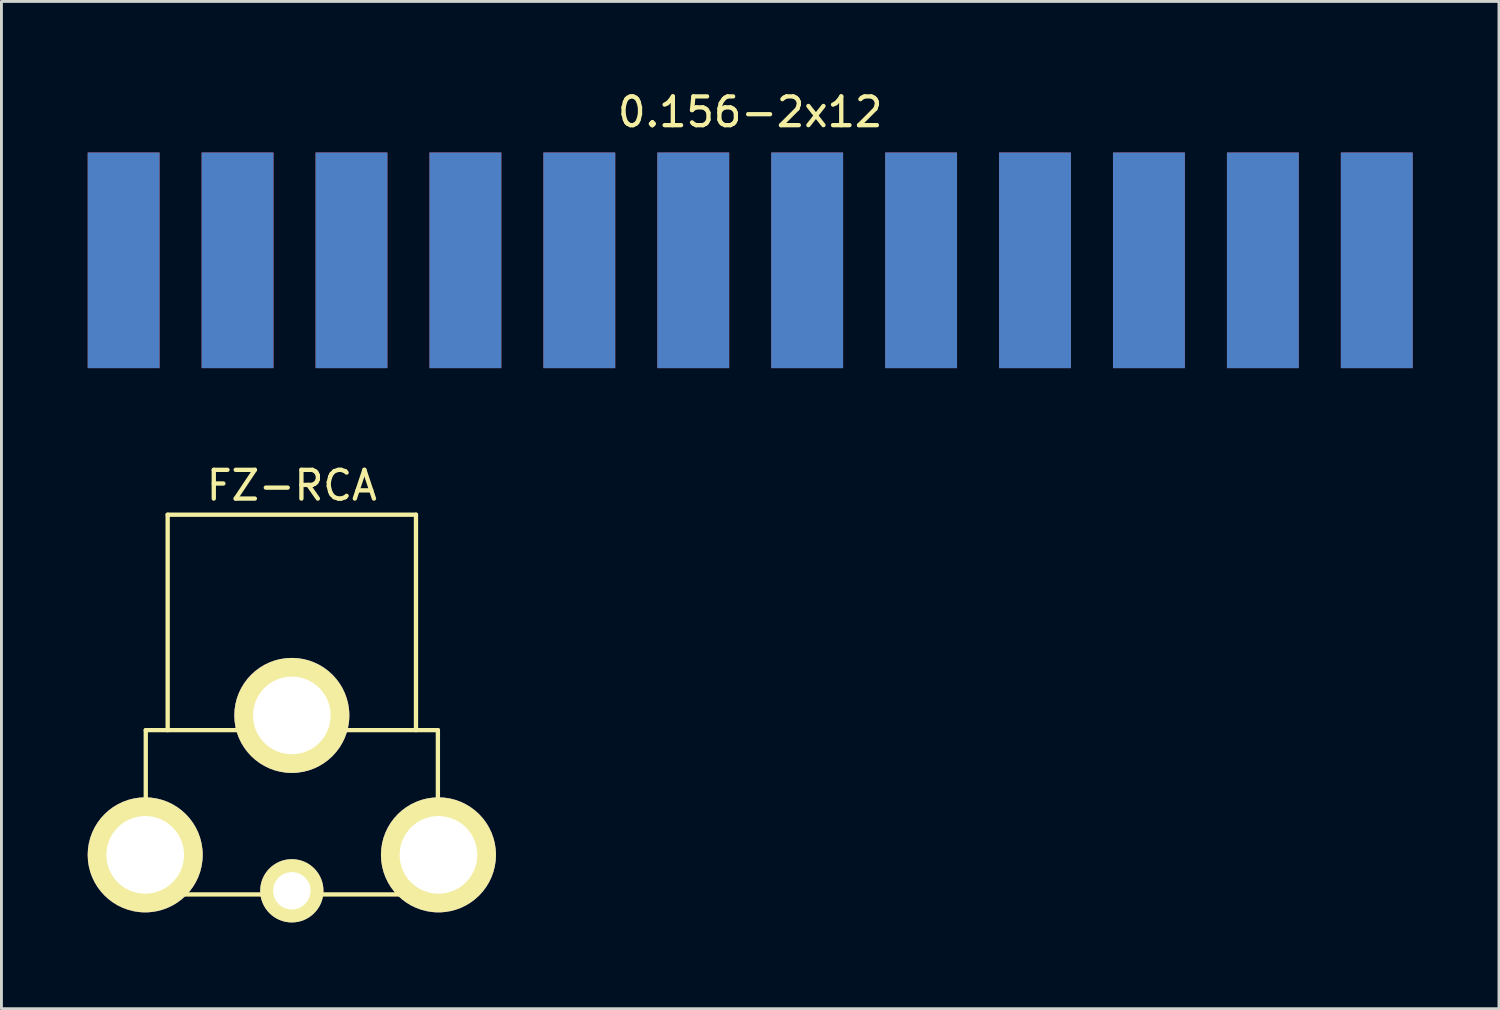
<source format=kicad_pcb>
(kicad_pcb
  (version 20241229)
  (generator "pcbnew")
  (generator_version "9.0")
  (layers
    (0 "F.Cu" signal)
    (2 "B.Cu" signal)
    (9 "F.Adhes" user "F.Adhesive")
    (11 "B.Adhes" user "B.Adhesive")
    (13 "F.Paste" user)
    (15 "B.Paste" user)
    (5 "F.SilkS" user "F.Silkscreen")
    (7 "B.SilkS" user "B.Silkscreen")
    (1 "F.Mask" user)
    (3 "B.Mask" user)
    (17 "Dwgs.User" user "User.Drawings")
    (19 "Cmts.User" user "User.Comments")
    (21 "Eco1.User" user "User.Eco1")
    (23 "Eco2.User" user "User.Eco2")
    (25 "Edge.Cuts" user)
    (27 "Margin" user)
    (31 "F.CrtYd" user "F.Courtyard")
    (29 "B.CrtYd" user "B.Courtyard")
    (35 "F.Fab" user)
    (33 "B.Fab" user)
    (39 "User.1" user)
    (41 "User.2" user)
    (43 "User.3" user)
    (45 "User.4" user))
  (footprint "FZ-RCA"
    (layer "F.Cu")
    (at 7.1 27.933)
    (property "Reference" "FZ-RCA" (at 0 -14.097 0) (layer "F.SilkS") (effects (font (size 1 1) (thickness 0.15))))
    (attr through_hole)
    (fp_line (start -5.08 -5.588) (end 5.08 -5.588) (stroke (width 0.15) (type solid)) (layer "F.SilkS"))
    (fp_line (start -5.08 0.127) (end -5.08 -5.588) (stroke (width 0.15) (type solid)) (layer "F.SilkS"))
    (fp_line (start -5.08 0.127) (end 5.08 0.127) (stroke (width 0.15) (type solid)) (layer "F.SilkS"))
    (fp_line (start -4.318 -13.081) (end -4.318 -5.588) (stroke (width 0.15) (type solid)) (layer "F.SilkS"))
    (fp_line (start 4.318 -13.081) (end -4.318 -13.081) (stroke (width 0.15) (type solid)) (layer "F.SilkS"))
    (fp_line (start 4.318 -5.588) (end 4.318 -13.081) (stroke (width 0.15) (type solid)) (layer "F.SilkS"))
    (fp_line (start 5.08 0.127) (end 5.08 -5.588) (stroke (width 0.15) (type solid)) (layer "F.SilkS"))
    (pad "1" thru_hole circle (at 0 0) (size 2.2 2.2) (drill 1.3) (layers "*.Cu" "*.Mask" "F.SilkS"))
    (pad "2" thru_hole circle (at 0 -6.1) (size 4 4) (drill 2.7) (layers "*.Cu" "*.Mask" "F.SilkS"))
    (pad "3" thru_hole circle (at 5.1 -1.25) (size 4 4) (drill 2.7) (layers "*.Cu" "*.Mask" "F.SilkS"))
    (pad "4" thru_hole circle (at -5.1 -1.25) (size 4 4) (drill 2.7) (layers "*.Cu" "*.Mask" "F.SilkS")))
  (footprint "0.156-2x12"
    (layer "F.Cu")
    (at 23.043 9.738)
    (property "Reference" "0.156-2x12" (at 0 -8.89 0) (layer "F.SilkS") (effects (font (size 1 1) (thickness 0.15))))
    (attr through_hole)
    (pad "1" smd rect (at -21.793 -3.734) (size 2.5 7.5) (layers "F.Cu" "F.Mask" "F.Paste"))
    (pad "2" smd rect (at -17.831 -3.734) (size 2.5 7.5) (layers "F.Cu" "F.Mask" "F.Paste"))
    (pad "3" smd rect (at -13.868 -3.734) (size 2.5 7.5) (layers "F.Cu" "F.Mask" "F.Paste"))
    (pad "4" smd rect (at -9.906 -3.734) (size 2.5 7.5) (layers "F.Cu" "F.Mask" "F.Paste"))
    (pad "5" smd rect (at -5.944 -3.734) (size 2.5 7.5) (layers "F.Cu" "F.Mask" "F.Paste"))
    (pad "6" smd rect (at -1.981 -3.734) (size 2.5 7.5) (layers "F.Cu" "F.Mask" "F.Paste"))
    (pad "7" smd rect (at 1.981 -3.734) (size 2.5 7.5) (layers "F.Cu" "F.Mask" "F.Paste"))
    (pad "8" smd rect (at 5.944 -3.734) (size 2.5 7.5) (layers "F.Cu" "F.Mask" "F.Paste"))
    (pad "9" smd rect (at 9.906 -3.734) (size 2.5 7.5) (layers "F.Cu" "F.Mask" "F.Paste"))
    (pad "10" smd rect (at 13.868 -3.734) (size 2.5 7.5) (layers "F.Cu" "F.Mask" "F.Paste"))
    (pad "11" smd rect (at 17.831 -3.734) (size 2.5 7.5) (layers "F.Cu" "F.Mask" "F.Paste"))
    (pad "12" smd rect (at 21.793 -3.734) (size 2.5 7.5) (layers "F.Cu" "F.Mask" "F.Paste"))
    (pad "A" smd rect (at -21.793 -3.734) (size 2.5 7.5) (layers "F.Mask" "B.Cu" "F.Paste"))
    (pad "B" smd rect (at -17.831 -3.734) (size 2.5 7.5) (layers "F.Mask" "B.Cu" "F.Paste"))
    (pad "C" smd rect (at -13.868 -3.734) (size 2.5 7.5) (layers "F.Mask" "B.Cu" "F.Paste"))
    (pad "D" smd rect (at -9.906 -3.734) (size 2.5 7.5) (layers "F.Mask" "B.Cu" "F.Paste"))
    (pad "E" smd rect (at -5.944 -3.734) (size 2.5 7.5) (layers "F.Mask" "B.Cu" "F.Paste"))
    (pad "F" smd rect (at -1.981 -3.734) (size 2.5 7.5) (layers "F.Mask" "B.Cu" "F.Paste"))
    (pad "H" smd rect (at 1.981 -3.734) (size 2.5 7.5) (layers "F.Mask" "B.Cu" "F.Paste"))
    (pad "J" smd rect (at 5.944 -3.734) (size 2.5 7.5) (layers "F.Mask" "B.Cu" "F.Paste"))
    (pad "K" smd rect (at 9.906 -3.734) (size 2.5 7.5) (layers "F.Mask" "B.Cu" "F.Paste"))
    (pad "L" smd rect (at 13.868 -3.734) (size 2.5 7.5) (layers "F.Mask" "B.Cu" "F.Paste"))
    (pad "M" smd rect (at 17.831 -3.734) (size 2.5 7.5) (layers "F.Mask" "B.Cu" "F.Paste"))
    (pad "N" smd rect (at 21.793 -3.734) (size 2.5 7.5) (layers "F.Mask" "B.Cu" "F.Paste")))
  (gr_rect
    (start -3 -3)
    (end 49.086 32.033)
    (stroke (width 0.1) (type default))
    (fill no)
    (layer "Edge.Cuts")))
</source>
